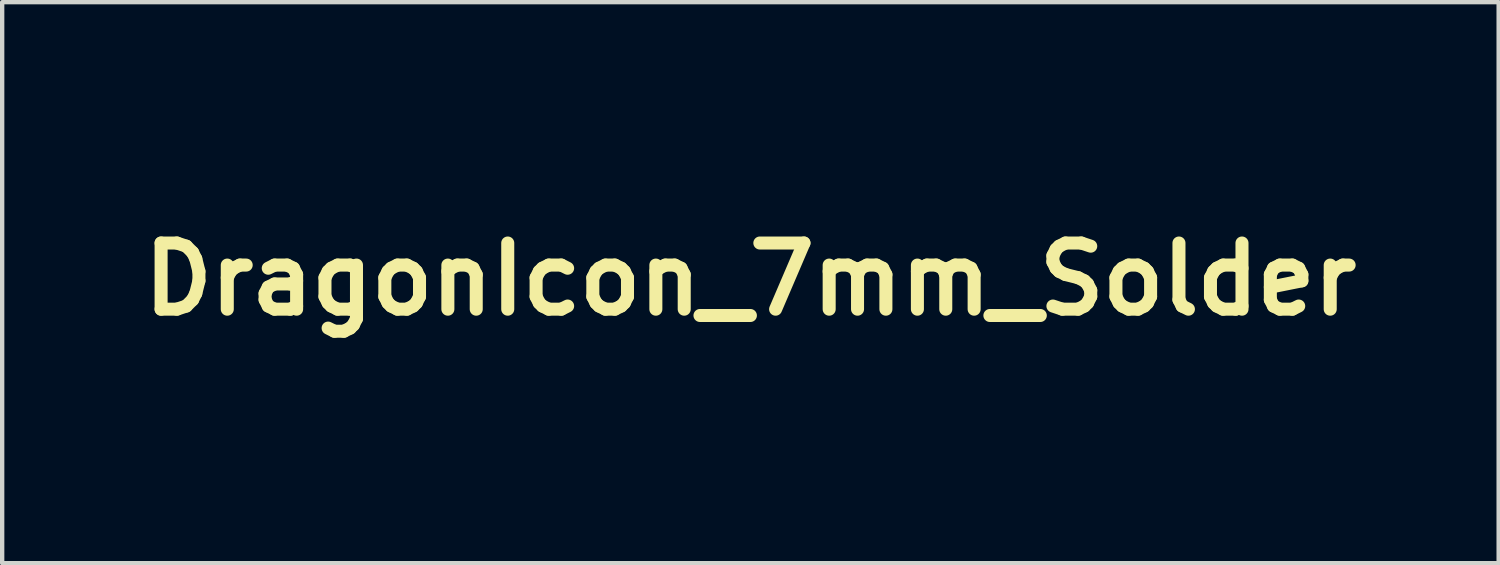
<source format=kicad_pcb>
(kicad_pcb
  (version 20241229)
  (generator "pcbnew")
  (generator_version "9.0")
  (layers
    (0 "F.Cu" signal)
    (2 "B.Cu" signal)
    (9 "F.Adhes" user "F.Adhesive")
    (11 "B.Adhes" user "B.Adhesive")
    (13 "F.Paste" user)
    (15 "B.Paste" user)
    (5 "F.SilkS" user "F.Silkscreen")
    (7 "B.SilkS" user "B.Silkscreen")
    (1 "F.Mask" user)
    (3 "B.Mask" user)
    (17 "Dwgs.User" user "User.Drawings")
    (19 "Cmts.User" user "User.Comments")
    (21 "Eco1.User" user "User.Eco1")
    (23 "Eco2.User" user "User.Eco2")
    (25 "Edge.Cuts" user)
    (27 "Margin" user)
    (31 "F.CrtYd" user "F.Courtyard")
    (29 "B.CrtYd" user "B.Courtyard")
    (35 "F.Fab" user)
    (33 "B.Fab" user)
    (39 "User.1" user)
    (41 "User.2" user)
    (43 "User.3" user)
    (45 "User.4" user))
  (footprint "DragonIcon_7mm_Solder"
    (layer "F.Cu")
    (at 14.231 3.381)
    (property "Reference" "DragonIcon_7mm_Solder" (at 0 0 0) (layer "F.SilkS") (effects (font (size 1.524 1.524) (thickness 0.3))))
    (attr through_hole)
    (fp_poly (pts (xy 1.814 0.117) (xy 1.82 0.147) (xy 1.82 0.155) (xy 1.801 0.213) (xy 1.749 0.259) (xy 1.673 0.294) (xy 1.582 0.313) (xy 1.485 0.315) (xy 1.39 0.298) (xy 1.328 0.274) (xy 1.269 0.232) (xy 1.247 0.194) (xy 1.26 0.167) (xy 1.302 0.156) (xy 1.369 0.168) (xy 1.397 0.178) (xy 1.483 0.205) (xy 1.556 0.207) (xy 1.633 0.183) (xy 1.681 0.159) (xy 1.752 0.123) (xy 1.794 0.109) (xy 1.814 0.117)) (stroke (width 0.01) (type solid)) (fill yes) (layer "F.Mask"))
    (fp_poly (pts (xy -0.662 -1.647) (xy -0.597 -1.6) (xy -0.535 -1.533) (xy -0.482 -1.452) (xy -0.444 -1.365) (xy -0.426 -1.277) (xy -0.427 -1.232) (xy -0.444 -1.19) (xy -0.474 -1.167) (xy -0.504 -1.17) (xy -0.517 -1.189) (xy -0.526 -1.228) (xy -0.537 -1.286) (xy -0.539 -1.297) (xy -0.566 -1.372) (xy -0.617 -1.449) (xy -0.68 -1.513) (xy -0.735 -1.547) (xy -0.781 -1.577) (xy -0.8 -1.615) (xy -0.787 -1.648) (xy -0.781 -1.653) (xy -0.725 -1.667) (xy -0.662 -1.647)) (stroke (width 0.01) (type solid)) (fill yes) (layer "F.Mask"))
    (fp_poly (pts (xy 0.184 -3.375) (xy 0.372 -3.367) (xy 0.541 -3.352) (xy 0.682 -3.33) (xy 0.72 -3.321) (xy 0.784 -3.303) (xy 0.87 -3.278) (xy 0.966 -3.248) (xy 1.066 -3.216) (xy 1.158 -3.186) (xy 1.235 -3.16) (xy 1.286 -3.141) (xy 1.302 -3.133) (xy 1.333 -3.118) (xy 1.389 -3.095) (xy 1.429 -3.08) (xy 1.53 -3.038) (xy 1.648 -2.978) (xy 1.777 -2.907) (xy 1.909 -2.827) (xy 2.038 -2.744) (xy 2.158 -2.661) (xy 2.262 -2.583) (xy 2.344 -2.514) (xy 2.398 -2.457) (xy 2.41 -2.439) (xy 2.434 -2.402) (xy 2.477 -2.34) (xy 2.535 -2.262) (xy 2.6 -2.175) (xy 2.603 -2.172) (xy 2.746 -1.977) (xy 2.869 -1.79) (xy 2.986 -1.589) (xy 2.998 -1.566) (xy 3.044 -1.475) (xy 3.095 -1.357) (xy 3.147 -1.228) (xy 3.195 -1.098) (xy 3.235 -0.98) (xy 3.26 -0.889) (xy 3.286 -0.777) (xy 3.305 -0.7) (xy 3.319 -0.652) (xy 3.331 -0.626) (xy 3.344 -0.617) (xy 3.36 -0.619) (xy 3.372 -0.622) (xy 3.498 -0.653) (xy 3.589 -0.669) (xy 3.65 -0.671) (xy 3.686 -0.658) (xy 3.702 -0.629) (xy 3.704 -0.606) (xy 3.686 -0.557) (xy 3.635 -0.496) (xy 3.558 -0.429) (xy 3.46 -0.36) (xy 3.429 -0.342) (xy 3.334 -0.286) (xy 3.331 0.116) (xy 3.318 0.446) (xy 3.284 0.743) (xy 3.228 1.013) (xy 3.148 1.261) (xy 3.044 1.492) (xy 2.997 1.577) (xy 2.962 1.639) (xy 2.912 1.725) (xy 2.855 1.824) (xy 2.808 1.905) (xy 2.749 2.003) (xy 2.692 2.087) (xy 2.628 2.167) (xy 2.55 2.253) (xy 2.448 2.356) (xy 2.438 2.365) (xy 2.261 2.534) (xy 2.096 2.676) (xy 1.931 2.802) (xy 1.755 2.92) (xy 1.662 2.978) (xy 1.479 3.084) (xy 1.323 3.167) (xy 1.186 3.229) (xy 1.062 3.272) (xy 0.943 3.299) (xy 0.823 3.314) (xy 0.818 3.314) (xy 0.722 3.322) (xy 0.628 3.334) (xy 0.555 3.345) (xy 0.553 3.346) (xy 0.496 3.354) (xy 0.408 3.362) (xy 0.299 3.37) (xy 0.179 3.377) (xy 0.138 3.378) (xy -0.104 3.379) (xy -0.348 3.363) (xy -0.58 3.332) (xy -0.791 3.288) (xy -0.915 3.25) (xy -0.994 3.225) (xy -1.04 3.211) (xy -0.692 3.211) (xy -0.679 3.218) (xy -0.677 3.218) (xy -0.642 3.223) (xy -0.578 3.232) (xy -0.497 3.245) (xy -0.476 3.248) (xy -0.4 3.258) (xy -0.299 3.265) (xy -0.183 3.271) (xy -0.059 3.276) (xy 0.064 3.278) (xy 0.18 3.278) (xy 0.278 3.276) (xy 0.353 3.271) (xy 0.394 3.264) (xy 0.398 3.262) (xy 0.398 3.248) (xy 0.356 3.232) (xy 0.301 3.22) (xy 0.186 3.193) (xy 0.055 3.155) (xy -0.069 3.115) (xy 0.581 3.115) (xy 0.599 3.125) (xy 0.635 3.134) (xy 0.7 3.143) (xy 0.772 3.149) (xy 0.84 3.151) (xy 0.897 3.149) (xy 0.931 3.143) (xy 0.932 3.134) (xy 0.932 3.134) (xy 0.889 3.119) (xy 0.82 3.106) (xy 0.741 3.098) (xy 0.666 3.095) (xy 0.611 3.099) (xy 0.598 3.102) (xy 0.581 3.115) (xy -0.069 3.115) (xy -0.08 3.111) (xy -0.203 3.065) (xy -0.299 3.023) (xy -0.307 3.019) (xy -0.413 2.965) (xy -0.519 3.067) (xy -0.579 3.123) (xy -0.632 3.168) (xy -0.667 3.193) (xy -0.692 3.211) (xy -1.04 3.211) (xy -1.059 3.205) (xy -1.099 3.196) (xy -1.103 3.196) (xy -1.127 3.217) (xy -1.153 3.279) (xy -1.171 3.341) (xy -1.203 3.447) (xy -1.235 3.511) (xy -1.266 3.534) (xy -1.269 3.534) (xy -1.295 3.524) (xy -1.319 3.511) (xy -1.355 3.478) (xy -1.379 3.422) (xy -1.393 3.337) (xy -1.399 3.218) (xy -1.399 3.21) (xy -1.401 3.05) (xy -1.093 3.05) (xy -1.087 3.079) (xy -1.069 3.096) (xy -1.038 3.107) (xy -1.033 3.109) (xy -0.982 3.123) (xy -0.949 3.131) (xy -0.948 3.131) (xy -0.937 3.121) (xy -0.804 3.121) (xy -0.79 3.127) (xy -0.751 3.112) (xy -0.699 3.081) (xy -0.643 3.04) (xy -0.598 3) (xy -0.55 2.949) (xy -0.536 2.932) (xy -0.127 2.932) (xy -0.116 2.942) (xy -0.106 2.932) (xy -0.116 2.921) (xy -0.127 2.932) (xy -0.536 2.932) (xy -0.517 2.908) (xy -0.508 2.89) (xy -0.525 2.866) (xy -0.567 2.836) (xy -0.584 2.826) (xy -0.593 2.822) (xy -0.337 2.822) (xy -0.324 2.851) (xy -0.298 2.857) (xy -0.257 2.867) (xy -0.243 2.879) (xy -0.222 2.899) (xy -0.217 2.9) (xy -0.221 2.887) (xy -0.247 2.855) (xy -0.25 2.851) (xy -0.283 2.807) (xy -0.297 2.771) (xy -0.3 2.753) (xy -0.316 2.771) (xy -0.318 2.773) (xy -0.337 2.822) (xy -0.593 2.822) (xy -0.634 2.802) (xy -0.662 2.8) (xy -0.678 2.816) (xy -0.696 2.859) (xy -0.698 2.874) (xy -0.707 2.907) (xy -0.731 2.963) (xy -0.751 3.006) (xy -0.781 3.065) (xy -0.8 3.108) (xy -0.804 3.121) (xy -0.937 3.121) (xy -0.931 3.114) (xy -0.902 3.07) (xy -0.876 3.022) (xy -0.829 2.925) (xy -0.804 2.858) (xy -0.799 2.815) (xy -0.813 2.791) (xy -0.833 2.782) (xy -0.883 2.759) (xy -0.936 2.727) (xy -0.993 2.687) (xy -1.034 2.82) (xy -1.066 2.928) (xy -1.086 3.002) (xy -1.093 3.05) (xy -1.401 3.05) (xy -1.401 3.037) (xy -1.626 2.916) (xy -1.741 2.852) (xy -1.866 2.775) (xy -1.983 2.698) (xy -2.043 2.657) (xy -2.136 2.587) (xy -2.233 2.51) (xy -2.328 2.431) (xy -2.416 2.355) (xy -2.491 2.288) (xy -2.546 2.234) (xy -2.577 2.198) (xy -2.581 2.189) (xy -2.596 2.162) (xy -2.632 2.12) (xy -2.647 2.105) (xy -2.675 2.077) (xy -2.703 2.044) (xy -2.734 2.001) (xy -2.773 1.943) (xy -2.815 1.874) (xy -2.423 1.874) (xy -2.418 1.978) (xy -2.414 2.069) (xy -2.411 2.138) (xy -2.411 2.173) (xy -2.395 2.212) (xy -2.348 2.268) (xy -2.276 2.339) (xy -2.184 2.418) (xy -2.078 2.503) (xy -1.962 2.589) (xy -1.843 2.671) (xy -1.726 2.745) (xy -1.616 2.808) (xy -1.616 2.808) (xy -1.544 2.847) (xy -1.486 2.88) (xy -1.453 2.9) (xy -1.451 2.902) (xy -1.43 2.917) (xy -1.414 2.911) (xy -1.401 2.878) (xy -1.389 2.814) (xy -1.379 2.736) (xy -1.362 2.623) (xy -1.339 2.501) (xy -1.317 2.393) (xy -1.315 2.385) (xy -1.298 2.311) (xy -1.288 2.25) (xy -1.286 2.189) (xy -1.29 2.117) (xy -1.3 2.021) (xy -1.306 1.973) (xy -1.319 1.839) (xy -1.327 1.691) (xy -1.33 1.55) (xy -1.329 1.496) (xy -1.228 1.496) (xy -1.227 1.607) (xy -1.223 1.722) (xy -1.218 1.832) (xy -1.21 1.928) (xy -1.204 1.978) (xy -1.18 2.138) (xy -1.108 2.138) (xy -1.007 2.154) (xy -0.907 2.196) (xy -0.845 2.241) (xy -0.816 2.273) (xy -0.814 2.302) (xy -0.833 2.343) (xy -0.865 2.405) (xy -0.895 2.475) (xy -0.896 2.478) (xy -0.912 2.52) (xy -0.914 2.548) (xy -0.897 2.572) (xy -0.854 2.603) (xy -0.813 2.629) (xy -0.8 2.625) (xy -0.796 2.587) (xy -0.798 2.512) (xy -0.799 2.499) (xy -0.803 2.414) (xy -0.798 2.356) (xy -0.781 2.309) (xy -0.764 2.279) (xy -0.715 2.216) (xy -0.667 2.187) (xy -0.633 2.192) (xy -0.617 2.218) (xy -0.615 2.256) (xy -0.626 2.283) (xy -0.634 2.286) (xy -0.657 2.303) (xy -0.685 2.345) (xy -0.689 2.352) (xy -0.707 2.395) (xy -0.713 2.438) (xy -0.707 2.498) (xy -0.697 2.552) (xy -0.68 2.626) (xy -0.662 2.669) (xy -0.639 2.691) (xy -0.617 2.699) (xy -0.561 2.721) (xy -0.505 2.754) (xy -0.446 2.796) (xy -0.422 2.747) (xy -0.183 2.747) (xy -0.165 2.787) (xy -0.158 2.795) (xy -0.118 2.823) (xy -0.057 2.835) (xy -0.013 2.836) (xy 0.095 2.835) (xy 0.026 2.772) (xy -0.029 2.734) (xy -0.086 2.713) (xy -0.136 2.709) (xy -0.171 2.721) (xy -0.183 2.747) (xy -0.422 2.747) (xy -0.416 2.737) (xy -0.382 2.646) (xy -0.358 2.535) (xy -0.348 2.426) (xy -0.351 2.356) (xy -0.357 2.299) (xy -0.352 2.272) (xy -0.33 2.265) (xy -0.322 2.265) (xy -0.278 2.284) (xy -0.251 2.337) (xy -0.242 2.42) (xy -0.25 2.527) (xy -0.268 2.618) (xy -0.272 2.645) (xy -0.262 2.654) (xy -0.227 2.645) (xy -0.189 2.632) (xy -0.092 2.613) (xy -0.006 2.627) (xy 0.08 2.679) (xy 0.108 2.703) (xy 0.166 2.765) (xy 0.189 2.82) (xy 0.191 2.838) (xy 0.186 2.88) (xy 0.167 2.908) (xy 0.124 2.925) (xy 0.05 2.937) (xy 0.023 2.941) (xy -0.095 2.954) (xy 0.053 3) (xy 0.175 3.037) (xy 0.266 3.061) (xy 0.333 3.073) (xy 0.386 3.074) (xy 0.433 3.064) (xy 0.482 3.044) (xy 0.502 3.034) (xy 0.56 3.007) (xy 0.607 2.993) (xy 0.657 2.99) (xy 0.725 2.996) (xy 0.78 3.003) (xy 0.894 3.022) (xy 0.982 3.044) (xy 1.038 3.068) (xy 1.058 3.092) (xy 1.076 3.1) (xy 1.125 3.088) (xy 1.2 3.059) (xy 1.295 3.015) (xy 1.414 2.956) (xy 1.372 2.899) (xy 1.34 2.829) (xy 1.342 2.809) (xy 1.442 2.809) (xy 1.447 2.828) (xy 1.467 2.845) (xy 1.495 2.86) (xy 1.526 2.857) (xy 1.576 2.835) (xy 1.599 2.822) (xy 1.653 2.79) (xy 1.687 2.767) (xy 1.693 2.76) (xy 1.675 2.751) (xy 1.63 2.75) (xy 1.572 2.755) (xy 1.516 2.766) (xy 1.475 2.78) (xy 1.47 2.783) (xy 1.442 2.809) (xy 1.342 2.809) (xy 1.349 2.763) (xy 1.4 2.704) (xy 1.404 2.701) (xy 1.439 2.679) (xy 1.482 2.666) (xy 1.541 2.659) (xy 1.629 2.657) (xy 1.664 2.656) (xy 1.863 2.656) (xy 1.979 2.561) (xy 2.095 2.466) (xy 1.963 2.461) (xy 1.894 2.458) (xy 1.797 2.452) (xy 1.683 2.444) (xy 1.56 2.435) (xy 1.439 2.426) (xy 1.33 2.417) (xy 1.243 2.409) (xy 1.187 2.403) (xy 1.185 2.402) (xy 1.065 2.385) (xy 0.962 2.368) (xy 0.857 2.346) (xy 0.732 2.318) (xy 0.722 2.315) (xy 0.609 2.285) (xy 0.492 2.248) (xy 0.39 2.21) (xy 0.351 2.193) (xy 0.267 2.157) (xy 0.212 2.14) (xy 0.177 2.14) (xy 0.164 2.146) (xy 0.13 2.158) (xy 0.105 2.14) (xy 0.087 2.088) (xy 0.075 2.01) (xy 0.267 2.01) (xy 0.274 2.032) (xy 0.305 2.055) (xy 0.366 2.088) (xy 0.378 2.094) (xy 0.523 2.154) (xy 0.705 2.208) (xy 0.918 2.256) (xy 1.159 2.295) (xy 1.421 2.324) (xy 1.46 2.328) (xy 1.602 2.339) (xy 1.708 2.348) (xy 1.784 2.354) (xy 1.837 2.357) (xy 1.873 2.359) (xy 1.899 2.359) (xy 1.916 2.358) (xy 1.958 2.356) (xy 2.027 2.354) (xy 2.098 2.352) (xy 2.238 2.349) (xy 2.356 2.228) (xy 2.449 2.128) (xy 2.527 2.035) (xy 2.598 1.937) (xy 2.67 1.823) (xy 2.751 1.682) (xy 2.756 1.672) (xy 2.831 1.535) (xy 2.885 1.432) (xy 2.92 1.36) (xy 2.937 1.316) (xy 2.937 1.3) (xy 2.917 1.308) (xy 2.87 1.332) (xy 2.802 1.369) (xy 2.757 1.395) (xy 2.653 1.452) (xy 2.531 1.511) (xy 2.414 1.563) (xy 2.386 1.575) (xy 2.298 1.608) (xy 2.226 1.631) (xy 2.158 1.645) (xy 2.08 1.654) (xy 1.978 1.66) (xy 1.925 1.661) (xy 1.808 1.663) (xy 1.691 1.661) (xy 1.588 1.655) (xy 1.524 1.648) (xy 1.319 1.603) (xy 1.095 1.532) (xy 0.862 1.439) (xy 0.683 1.354) (xy 0.575 1.3) (xy 0.5 1.263) (xy 0.451 1.242) (xy 0.425 1.235) (xy 0.415 1.241) (xy 0.416 1.258) (xy 0.418 1.267) (xy 0.432 1.349) (xy 0.435 1.45) (xy 0.43 1.56) (xy 0.417 1.671) (xy 0.397 1.772) (xy 0.372 1.855) (xy 0.343 1.908) (xy 0.33 1.921) (xy 0.299 1.951) (xy 0.278 1.984) (xy 0.267 2.01) (xy 0.075 2.01) (xy 0.073 1.999) (xy 0.073 1.995) (xy 0.066 1.921) (xy 0.068 1.881) (xy 0.079 1.865) (xy 0.09 1.863) (xy 0.125 1.879) (xy 0.154 1.91) (xy 0.175 1.938) (xy 0.187 1.937) (xy 0.196 1.902) (xy 0.202 1.874) (xy 0.207 1.782) (xy 0.194 1.699) (xy 0.176 1.628) (xy 0.172 1.588) (xy 0.183 1.57) (xy 0.209 1.566) (xy 0.212 1.566) (xy 0.246 1.569) (xy 0.254 1.572) (xy 0.261 1.593) (xy 0.277 1.64) (xy 0.284 1.66) (xy 0.313 1.743) (xy 0.328 1.65) (xy 0.334 1.582) (xy 0.323 1.551) (xy 0.32 1.55) (xy 0.297 1.525) (xy 0.296 1.517) (xy 0.283 1.487) (xy 0.253 1.438) (xy 0.232 1.409) (xy 0.187 1.342) (xy 0.171 1.297) (xy 0.185 1.27) (xy 0.2 1.263) (xy 0.234 1.27) (xy 0.278 1.307) (xy 0.285 1.315) (xy 0.321 1.353) (xy 0.335 1.355) (xy 0.329 1.322) (xy 0.301 1.253) (xy 0.253 1.152) (xy 0.209 1.047) (xy 0.161 0.91) (xy 0.15 0.875) (xy 0.29 0.875) (xy 0.296 0.888) (xy 0.35 0.956) (xy 0.439 1.031) (xy 0.557 1.11) (xy 0.697 1.19) (xy 0.853 1.268) (xy 1.019 1.341) (xy 1.188 1.405) (xy 1.355 1.457) (xy 1.513 1.495) (xy 1.535 1.499) (xy 1.634 1.509) (xy 1.763 1.511) (xy 1.91 1.504) (xy 2.063 1.489) (xy 2.124 1.481) (xy 2.282 1.443) (xy 2.463 1.373) (xy 2.665 1.273) (xy 2.885 1.143) (xy 3.027 1.05) (xy 3.081 1.013) (xy 3.119 0.987) (xy 3.131 0.98) (xy 3.141 0.955) (xy 3.155 0.897) (xy 3.17 0.813) (xy 3.187 0.712) (xy 3.203 0.602) (xy 3.216 0.491) (xy 3.219 0.466) (xy 3.226 0.38) (xy 3.232 0.277) (xy 3.237 0.166) (xy 3.239 0.054) (xy 3.24 -0.049) (xy 3.24 -0.136) (xy 3.237 -0.197) (xy 3.231 -0.226) (xy 3.231 -0.226) (xy 3.202 -0.228) (xy 3.155 -0.208) (xy 3.099 -0.172) (xy 3.048 -0.127) (xy 3.03 -0.107) (xy 2.993 -0.058) (xy 2.98 -0.032) (xy 2.991 -0.02) (xy 3.006 -0.015) (xy 3.04 0.002) (xy 3.042 0.03) (xy 3.011 0.071) (xy 2.944 0.127) (xy 2.886 0.17) (xy 2.81 0.225) (xy 2.744 0.276) (xy 2.698 0.314) (xy 2.687 0.325) (xy 2.631 0.368) (xy 2.55 0.413) (xy 2.46 0.452) (xy 2.376 0.479) (xy 2.323 0.487) (xy 2.269 0.491) (xy 2.247 0.508) (xy 2.244 0.527) (xy 2.229 0.568) (xy 2.188 0.578) (xy 2.124 0.557) (xy 2.112 0.551) (xy 2.078 0.535) (xy 2.041 0.525) (xy 1.991 0.519) (xy 1.921 0.518) (xy 1.822 0.519) (xy 1.723 0.522) (xy 1.586 0.525) (xy 1.483 0.525) (xy 1.407 0.52) (xy 1.351 0.511) (xy 1.323 0.502) (xy 1.269 0.485) (xy 1.231 0.485) (xy 1.189 0.505) (xy 1.154 0.529) (xy 1.038 0.601) (xy 0.91 0.67) (xy 0.777 0.733) (xy 0.646 0.787) (xy 0.526 0.829) (xy 0.425 0.856) (xy 0.35 0.864) (xy 0.337 0.863) (xy 0.297 0.861) (xy 0.29 0.875) (xy 0.15 0.875) (xy 0.112 0.752) (xy 0.067 0.585) (xy 0.028 0.42) (xy -0.001 0.27) (xy -0.02 0.183) (xy -0.043 0.126) (xy -0.074 0.088) (xy -0.079 0.084) (xy -0.122 0.055) (xy -0.153 0.042) (xy -0.153 0.042) (xy -0.164 0.062) (xy -0.168 0.114) (xy -0.167 0.19) (xy -0.161 0.282) (xy -0.151 0.38) (xy -0.137 0.476) (xy -0.121 0.561) (xy -0.106 0.614) (xy -0.058 0.813) (xy -0.049 0.996) (xy -0.07 1.132) (xy -0.087 1.209) (xy -0.097 1.276) (xy -0.099 1.31) (xy -0.105 1.355) (xy -0.133 1.367) (xy -0.185 1.345) (xy -0.213 1.328) (xy -0.262 1.284) (xy -0.285 1.242) (xy -0.279 1.21) (xy -0.243 1.198) (xy -0.238 1.198) (xy -0.196 1.18) (xy -0.168 1.128) (xy -0.152 1.046) (xy -0.151 0.94) (xy -0.163 0.816) (xy -0.19 0.679) (xy -0.199 0.646) (xy -0.225 0.533) (xy -0.247 0.41) (xy -0.261 0.298) (xy -0.263 0.281) (xy -0.27 0.196) (xy -0.279 0.126) (xy -0.286 0.082) (xy -0.288 0.076) (xy -0.324 0.03) (xy -0.352 0.011) (xy 0 0.011) (xy 0.011 0.021) (xy 0.021 0.011) (xy 0.011 0) (xy 0 0.011) (xy -0.352 0.011) (xy -0.392 -0.016) (xy -0.479 -0.058) (xy -0.574 -0.091) (xy -0.667 -0.11) (xy -0.746 -0.112) (xy -0.756 -0.11) (xy -0.805 -0.08) (xy -0.847 -0.01) (xy -0.881 0.097) (xy -0.908 0.239) (xy -0.923 0.373) (xy -0.929 0.498) (xy -0.926 0.603) (xy -0.915 0.682) (xy -0.895 0.729) (xy -0.876 0.741) (xy -0.843 0.757) (xy -0.83 0.793) (xy -0.846 0.827) (xy -0.849 0.829) (xy -0.867 0.849) (xy -0.851 0.861) (xy -0.786 0.909) (xy -0.741 0.987) (xy -0.718 1.087) (xy -0.718 1.201) (xy -0.733 1.282) (xy -0.772 1.392) (xy -0.825 1.468) (xy -0.897 1.518) (xy -0.91 1.524) (xy -0.994 1.541) (xy -1.064 1.519) (xy -1.118 1.461) (xy -1.152 1.37) (xy -0.974 1.37) (xy -0.969 1.422) (xy -0.95 1.436) (xy -0.911 1.415) (xy -0.903 1.409) (xy -0.875 1.37) (xy -0.845 1.306) (xy -0.82 1.231) (xy -0.806 1.161) (xy -0.804 1.137) (xy -0.808 1.109) (xy -0.827 1.112) (xy -0.85 1.126) (xy -0.905 1.182) (xy -0.949 1.262) (xy -0.972 1.346) (xy -0.974 1.37) (xy -1.152 1.37) (xy -1.152 1.37) (xy -1.158 1.337) (xy -1.171 1.274) (xy -1.188 1.25) (xy -1.208 1.266) (xy -1.215 1.282) (xy -1.222 1.324) (xy -1.226 1.398) (xy -1.228 1.496) (xy -1.329 1.496) (xy -1.329 1.492) (xy -1.324 1.381) (xy -1.316 1.3) (xy -1.302 1.237) (xy -1.299 1.228) (xy -1.079 1.228) (xy -1.072 1.245) (xy -1.065 1.242) (xy -1.063 1.217) (xy -1.065 1.214) (xy -1.078 1.216) (xy -1.079 1.228) (xy -1.299 1.228) (xy -1.287 1.196) (xy -1.185 1.196) (xy -1.175 1.206) (xy -1.164 1.196) (xy -1.175 1.185) (xy -1.185 1.196) (xy -1.287 1.196) (xy -1.281 1.179) (xy -1.279 1.173) (xy -1.058 1.173) (xy -1.048 1.174) (xy -1.025 1.145) (xy -1.019 1.137) (xy -0.976 1.085) (xy -0.919 1.033) (xy -0.91 1.026) (xy -0.87 0.992) (xy -0.865 0.975) (xy -0.873 0.974) (xy -0.904 0.989) (xy -0.948 1.027) (xy -0.996 1.077) (xy -1.036 1.128) (xy -1.057 1.166) (xy -1.058 1.173) (xy -1.279 1.173) (xy -1.264 1.142) (xy -1.215 1.057) (xy -1.153 0.97) (xy -1.118 0.93) (xy -1.03 0.836) (xy -1.026 0.55) (xy -1.019 0.364) (xy -1.002 0.197) (xy -0.977 0.053) (xy -0.944 -0.06) (xy -0.907 -0.135) (xy -0.863 -0.195) (xy -0.955 -0.179) (xy -1.065 -0.148) (xy -1.195 -0.089) (xy -1.339 -0.008) (xy -1.491 0.09) (xy -1.643 0.201) (xy -1.79 0.32) (xy -1.923 0.443) (xy -2.036 0.563) (xy -2.068 0.603) (xy -2.21 0.816) (xy -2.316 1.048) (xy -2.387 1.302) (xy -2.422 1.577) (xy -2.423 1.874) (xy -2.815 1.874) (xy -2.821 1.864) (xy -2.884 1.76) (xy -2.964 1.624) (xy -2.967 1.619) (xy -3.047 1.479) (xy -3.111 1.361) (xy -3.162 1.253) (xy -3.203 1.147) (xy -3.238 1.033) (xy -3.27 0.902) (xy -3.303 0.742) (xy -3.32 0.656) (xy -3.349 0.501) (xy -3.371 0.377) (xy -3.387 0.275) (xy -3.397 0.184) (xy -3.403 0.095) (xy -3.406 -0.003) (xy -3.407 -0.109) (xy -3.405 -0.26) (xy -3.401 -0.32) (xy -3.253 -0.32) (xy -3.251 -0.179) (xy -3.242 -0.015) (xy -3.228 0.161) (xy -3.209 0.339) (xy -3.185 0.511) (xy -3.164 0.635) (xy -3.127 0.82) (xy -3.09 0.974) (xy -3.047 1.109) (xy -2.994 1.237) (xy -2.928 1.368) (xy -2.843 1.514) (xy -2.803 1.581) (xy -2.728 1.702) (xy -2.674 1.788) (xy -2.636 1.841) (xy -2.611 1.861) (xy -2.597 1.848) (xy -2.589 1.804) (xy -2.584 1.729) (xy -2.579 1.631) (xy -2.571 1.509) (xy -2.559 1.385) (xy -2.545 1.274) (xy -2.532 1.2) (xy -2.477 1.014) (xy -2.389 0.819) (xy -2.271 0.623) (xy -2.188 0.508) (xy -2.079 0.384) (xy -1.94 0.25) (xy -1.782 0.116) (xy -1.613 -0.013) (xy -1.444 -0.127) (xy -1.304 -0.208) (xy -1.222 -0.252) (xy -1.283 -0.267) (xy -1.452 -0.329) (xy -1.61 -0.432) (xy -1.691 -0.506) (xy -1.75 -0.568) (xy -1.795 -0.62) (xy -1.818 -0.656) (xy -1.82 -0.663) (xy -1.83 -0.695) (xy -1.855 -0.751) (xy -1.886 -0.813) (xy -1.921 -0.881) (xy -1.936 -0.924) (xy -1.934 -0.95) (xy -1.923 -0.964) (xy -1.899 -0.979) (xy -1.866 -0.977) (xy -1.81 -0.955) (xy -1.802 -0.952) (xy -1.741 -0.927) (xy -1.693 -0.912) (xy -1.68 -0.91) (xy -1.656 -0.893) (xy -1.651 -0.869) (xy -1.663 -0.838) (xy -1.706 -0.823) (xy -1.718 -0.822) (xy -1.786 -0.815) (xy -1.708 -0.756) (xy -1.637 -0.714) (xy -1.558 -0.685) (xy -1.54 -0.681) (xy -1.481 -0.666) (xy -1.454 -0.645) (xy -1.45 -0.624) (xy -1.456 -0.598) (xy -1.482 -0.586) (xy -1.538 -0.584) (xy -1.544 -0.584) (xy -1.637 -0.586) (xy -1.577 -0.538) (xy -1.542 -0.513) (xy -1.505 -0.5) (xy -1.455 -0.496) (xy -1.378 -0.499) (xy -1.351 -0.501) (xy -1.268 -0.506) (xy -1.219 -0.505) (xy -1.194 -0.498) (xy -1.186 -0.482) (xy -1.185 -0.469) (xy -1.197 -0.436) (xy -1.237 -0.416) (xy -1.262 -0.411) (xy -1.308 -0.398) (xy -1.316 -0.384) (xy -1.29 -0.372) (xy -1.234 -0.364) (xy -1.15 -0.36) (xy -1.147 -0.36) (xy -1.056 -0.356) (xy -0.963 -0.345) (xy -0.914 -0.336) (xy -0.792 -0.306) (xy -0.654 -0.268) (xy -0.512 -0.227) (xy -0.38 -0.186) (xy -0.269 -0.15) (xy -0.227 -0.134) (xy -0.148 -0.106) (xy -0.094 -0.094) (xy -0.055 -0.095) (xy -0.02 -0.106) (xy 0.023 -0.132) (xy 0.042 -0.158) (xy 0.042 -0.159) (xy 0.024 -0.182) (xy -0.027 -0.214) (xy -0.102 -0.253) (xy -0.192 -0.295) (xy -0.29 -0.336) (xy -0.388 -0.371) (xy -0.477 -0.398) (xy -0.488 -0.401) (xy -0.635 -0.444) (xy -0.754 -0.496) (xy -0.856 -0.562) (xy -0.929 -0.624) (xy -0.987 -0.673) (xy -1.039 -0.71) (xy -1.069 -0.723) (xy -1.109 -0.744) (xy -1.115 -0.779) (xy -1.088 -0.817) (xy -1.061 -0.835) (xy -0.995 -0.86) (xy -0.94 -0.865) (xy -0.903 -0.853) (xy -0.894 -0.825) (xy -0.911 -0.793) (xy -0.917 -0.757) (xy -0.888 -0.712) (xy -0.831 -0.663) (xy -0.751 -0.612) (xy -0.655 -0.564) (xy -0.548 -0.521) (xy -0.436 -0.488) (xy -0.381 -0.476) (xy -0.33 -0.461) (xy -0.253 -0.432) (xy -0.164 -0.393) (xy -0.113 -0.369) (xy 0.081 -0.276) (xy 0.181 -0.313) (xy 0.247 -0.347) (xy 0.318 -0.401) (xy 0.387 -0.465) (xy 0.443 -0.531) (xy 0.479 -0.588) (xy 0.487 -0.619) (xy 0.468 -0.68) (xy 0.415 -0.753) (xy 0.331 -0.836) (xy 0.221 -0.923) (xy 0.089 -1.011) (xy -0.026 -1.078) (xy -0.108 -1.121) (xy -0.159 -1.143) (xy -0.184 -1.146) (xy -0.191 -1.134) (xy -0.208 -1.106) (xy -0.233 -1.101) (xy -0.267 -1.105) (xy -0.275 -1.112) (xy -0.281 -1.157) (xy -0.295 -1.229) (xy -0.316 -1.314) (xy -0.338 -1.399) (xy -0.359 -1.47) (xy -0.375 -1.513) (xy -0.439 -1.613) (xy -0.525 -1.705) (xy -0.637 -1.792) (xy -0.78 -1.878) (xy -0.959 -1.967) (xy -1.004 -1.987) (xy -1.236 -2.091) (xy -1.295 -2.009) (xy -1.348 -1.952) (xy -1.417 -1.899) (xy -1.487 -1.859) (xy -1.546 -1.842) (xy -1.55 -1.841) (xy -1.577 -1.859) (xy -1.609 -1.901) (xy -1.617 -1.914) (xy -1.656 -1.975) (xy -1.697 -2.025) (xy -1.701 -2.029) (xy -1.734 -2.055) (xy -1.765 -2.059) (xy -1.812 -2.042) (xy -1.82 -2.039) (xy -1.894 -2.006) (xy -1.82 -1.976) (xy -1.702 -1.92) (xy -1.622 -1.859) (xy -1.576 -1.79) (xy -1.559 -1.712) (xy -1.562 -1.662) (xy -1.579 -1.643) (xy -1.597 -1.64) (xy -1.633 -1.658) (xy -1.655 -1.708) (xy -1.697 -1.786) (xy -1.774 -1.847) (xy -1.877 -1.887) (xy -2.004 -1.94) (xy -2.121 -2.032) (xy -2.215 -2.149) (xy -2.255 -2.206) (xy -2.287 -2.245) (xy -2.302 -2.256) (xy -2.311 -2.223) (xy -2.311 -2.161) (xy -2.303 -2.082) (xy -2.288 -2) (xy -2.267 -1.926) (xy -2.264 -1.918) (xy -2.225 -1.84) (xy -2.168 -1.755) (xy -2.099 -1.67) (xy -2.025 -1.592) (xy -1.954 -1.53) (xy -1.892 -1.491) (xy -1.857 -1.482) (xy -1.807 -1.47) (xy -1.785 -1.448) (xy -1.784 -1.407) (xy -1.818 -1.386) (xy -1.883 -1.386) (xy -1.897 -1.388) (xy -1.946 -1.404) (xy -1.999 -1.436) (xy -2.064 -1.49) (xy -2.13 -1.554) (xy -2.281 -1.705) (xy -2.382 -1.637) (xy -2.512 -1.541) (xy -2.642 -1.427) (xy -2.78 -1.287) (xy -2.863 -1.196) (xy -2.98 -1.061) (xy -3.069 -0.946) (xy -3.135 -0.844) (xy -3.183 -0.746) (xy -3.215 -0.643) (xy -3.237 -0.528) (xy -3.248 -0.43) (xy -3.253 -0.32) (xy -3.401 -0.32) (xy -3.396 -0.413) (xy -3.381 -0.558) (xy -3.361 -0.687) (xy -3.338 -0.792) (xy -3.313 -0.864) (xy -3.311 -0.868) (xy -3.28 -0.93) (xy -3.24 -1.018) (xy -3.196 -1.119) (xy -3.153 -1.221) (xy -3.13 -1.279) (xy -3.02 -1.279) (xy -3.017 -1.271) (xy -2.995 -1.287) (xy -2.952 -1.328) (xy -2.884 -1.398) (xy -2.863 -1.42) (xy -2.773 -1.51) (xy -2.674 -1.601) (xy -2.578 -1.682) (xy -2.516 -1.73) (xy -2.44 -1.785) (xy -2.394 -1.823) (xy -2.371 -1.85) (xy -2.366 -1.874) (xy -2.373 -1.901) (xy -2.374 -1.902) (xy -2.388 -1.954) (xy -2.402 -2.029) (xy -2.409 -2.083) (xy -2.424 -2.209) (xy -2.542 -2.061) (xy -2.754 -1.769) (xy -2.94 -1.448) (xy -3.009 -1.307) (xy -3.02 -1.279) (xy -3.13 -1.279) (xy -3.129 -1.281) (xy -3.037 -1.481) (xy -2.92 -1.693) (xy -2.783 -1.904) (xy -2.634 -2.105) (xy -2.48 -2.285) (xy -2.397 -2.367) (xy -2.239 -2.367) (xy -2.165 -2.258) (xy -2.108 -2.175) (xy -2.068 -2.123) (xy -2.036 -2.099) (xy -2.007 -2.099) (xy -1.973 -2.118) (xy -1.947 -2.138) (xy -1.902 -2.167) (xy -1.868 -2.18) (xy -1.845 -2.188) (xy -1.849 -2.214) (xy -1.881 -2.261) (xy -1.942 -2.331) (xy -1.972 -2.362) (xy -2.103 -2.499) (xy -2.171 -2.433) (xy -2.239 -2.367) (xy -2.397 -2.367) (xy -2.337 -2.427) (xy -2.193 -2.555) (xy -2.277 -2.651) (xy -1.778 -2.651) (xy -1.761 -2.631) (xy -1.721 -2.597) (xy -1.688 -2.572) (xy -1.633 -2.531) (xy -1.559 -2.47) (xy -1.476 -2.401) (xy -1.428 -2.358) (xy -1.33 -2.276) (xy -1.239 -2.213) (xy -1.139 -2.158) (xy -1.036 -2.11) (xy -0.933 -2.064) (xy -0.83 -2.016) (xy -0.742 -1.972) (xy -0.699 -1.949) (xy -0.628 -1.91) (xy -0.588 -1.891) (xy -0.575 -1.889) (xy -0.582 -1.904) (xy -0.595 -1.921) (xy -0.633 -1.967) (xy -0.652 -1.99) (xy -0.68 -2.027) (xy -0.716 -2.084) (xy -0.728 -2.106) (xy -0.767 -2.163) (xy -0.804 -2.186) (xy -0.82 -2.186) (xy -0.852 -2.193) (xy -0.886 -2.227) (xy -0.927 -2.293) (xy -0.929 -2.295) (xy -0.994 -2.392) (xy -1.073 -2.464) (xy -1.162 -2.518) (xy -1.213 -2.545) (xy -1.167 -2.481) (xy -1.127 -2.413) (xy -1.118 -2.37) (xy -1.136 -2.353) (xy -1.176 -2.364) (xy -1.234 -2.403) (xy -1.281 -2.446) (xy -1.354 -2.509) (xy -1.437 -2.565) (xy -1.488 -2.592) (xy -1.56 -2.62) (xy -1.635 -2.642) (xy -1.704 -2.656) (xy -1.754 -2.661) (xy -1.777 -2.654) (xy -1.778 -2.651) (xy -2.277 -2.651) (xy -2.303 -2.681) (xy -2.366 -2.758) (xy -2.401 -2.812) (xy -2.409 -2.85) (xy -2.392 -2.879) (xy -2.373 -2.894) (xy -2.33 -2.907) (xy -2.269 -2.9) (xy -2.187 -2.872) (xy -2.077 -2.82) (xy -2.054 -2.809) (xy -1.917 -2.738) (xy -1.876 -2.763) (xy -1.672 -2.763) (xy -1.593 -2.74) (xy -1.534 -2.727) (xy -1.496 -2.734) (xy -1.477 -2.747) (xy -1.457 -2.759) (xy -1.431 -2.76) (xy -1.391 -2.748) (xy -1.329 -2.72) (xy -1.244 -2.678) (xy -1.156 -2.631) (xy -1.077 -2.587) (xy -1.019 -2.552) (xy -0.997 -2.537) (xy -0.956 -2.509) (xy -0.928 -2.498) (xy -0.904 -2.482) (xy -0.861 -2.441) (xy -0.807 -2.383) (xy -0.748 -2.314) (xy -0.7 -2.253) (xy -0.66 -2.209) (xy -0.626 -2.183) (xy -0.618 -2.181) (xy -0.59 -2.163) (xy -0.579 -2.143) (xy -0.564 -2.106) (xy -0.537 -2.044) (xy -0.503 -1.97) (xy -0.503 -1.968) (xy -0.468 -1.892) (xy -0.439 -1.825) (xy -0.421 -1.782) (xy -0.396 -1.733) (xy -0.357 -1.674) (xy -0.348 -1.662) (xy -0.314 -1.606) (xy -0.277 -1.529) (xy -0.244 -1.447) (xy -0.22 -1.374) (xy -0.212 -1.327) (xy -0.194 -1.305) (xy -0.147 -1.271) (xy -0.079 -1.232) (xy -0.054 -1.22) (xy 0.055 -1.16) (xy 0.169 -1.088) (xy 0.28 -1.008) (xy 0.383 -0.926) (xy 0.472 -0.847) (xy 0.541 -0.775) (xy 0.583 -0.716) (xy 0.594 -0.683) (xy 0.603 -0.678) (xy 0.623 -0.706) (xy 0.641 -0.741) (xy 0.658 -0.782) (xy 0.67 -0.824) (xy 0.678 -0.876) (xy 0.682 -0.946) (xy 0.683 -1.042) (xy 0.682 -1.164) (xy 0.677 -1.356) (xy 0.665 -1.513) (xy 0.647 -1.631) (xy 0.645 -1.64) (xy 0.625 -1.73) (xy 0.605 -1.815) (xy 0.593 -1.874) (xy 0.544 -2.034) (xy 0.467 -2.206) (xy 0.367 -2.377) (xy 0.251 -2.536) (xy 0.224 -2.569) (xy 0.126 -2.673) (xy 0.019 -2.768) (xy -0.106 -2.859) (xy -0.254 -2.95) (xy -0.432 -3.047) (xy -0.563 -3.113) (xy -0.711 -3.185) (xy -0.367 -3.185) (xy -0.196 -3.093) (xy -0.055 -3.009) (xy 0.086 -2.911) (xy 0.216 -2.806) (xy 0.326 -2.703) (xy 0.401 -2.616) (xy 0.444 -2.556) (xy 0.475 -2.511) (xy 0.487 -2.489) (xy 0.487 -2.489) (xy 0.497 -2.467) (xy 0.523 -2.419) (xy 0.559 -2.355) (xy 0.56 -2.354) (xy 0.613 -2.257) (xy 0.658 -2.158) (xy 0.697 -2.047) (xy 0.734 -1.917) (xy 0.772 -1.76) (xy 0.802 -1.619) (xy 0.811 -1.557) (xy 0.821 -1.465) (xy 0.83 -1.354) (xy 0.837 -1.239) (xy 0.837 -1.234) (xy 0.851 -0.954) (xy 0.951 -1.038) (xy 1.026 -1.092) (xy 1.118 -1.145) (xy 1.186 -1.177) (xy 1.256 -1.203) (xy 1.318 -1.22) (xy 1.387 -1.228) (xy 1.475 -1.231) (xy 1.544 -1.231) (xy 1.653 -1.228) (xy 1.727 -1.221) (xy 1.774 -1.211) (xy 1.798 -1.196) (xy 1.813 -1.175) (xy 1.808 -1.152) (xy 1.779 -1.119) (xy 1.735 -1.08) (xy 1.678 -1.035) (xy 1.628 -1.004) (xy 1.603 -0.996) (xy 1.574 -1.011) (xy 1.567 -1.047) (xy 1.584 -1.088) (xy 1.592 -1.096) (xy 1.604 -1.118) (xy 1.582 -1.12) (xy 1.527 -1.103) (xy 1.497 -1.091) (xy 1.432 -1.052) (xy 1.373 -1) (xy 1.369 -0.996) (xy 1.316 -0.947) (xy 1.275 -0.934) (xy 1.252 -0.951) (xy 1.253 -0.993) (xy 1.284 -1.054) (xy 1.296 -1.07) (xy 1.325 -1.109) (xy 1.328 -1.121) (xy 1.306 -1.115) (xy 1.301 -1.113) (xy 1.251 -1.094) (xy 1.227 -1.086) (xy 1.203 -1.064) (xy 1.169 -1.013) (xy 1.131 -0.943) (xy 1.124 -0.93) (xy 1.076 -0.843) (xy 1.036 -0.794) (xy 1.004 -0.784) (xy 0.983 -0.811) (xy 0.982 -0.85) (xy 0.995 -0.899) (xy 1.008 -0.939) (xy 1.003 -0.945) (xy 0.981 -0.929) (xy 0.953 -0.898) (xy 0.91 -0.841) (xy 0.863 -0.772) (xy 0.856 -0.762) (xy 0.8 -0.687) (xy 0.717 -0.59) (xy 0.611 -0.478) (xy 0.489 -0.356) (xy 0.356 -0.229) (xy 0.217 -0.104) (xy 0.217 -0.103) (xy 0.155 -0.044) (xy 0.12 0.001) (xy 0.107 0.042) (xy 0.106 0.061) (xy 0.111 0.105) (xy 0.128 0.123) (xy 0.165 0.112) (xy 0.225 0.074) (xy 0.254 0.053) (xy 0.311 0.013) (xy 0.356 -0.014) (xy 0.374 -0.021) (xy 0.396 -0.035) (xy 0.441 -0.073) (xy 0.503 -0.129) (xy 0.576 -0.198) (xy 0.576 -0.199) (xy 0.698 -0.31) (xy 0.803 -0.393) (xy 0.9 -0.451) (xy 0.997 -0.491) (xy 1.055 -0.507) (xy 1.118 -0.527) (xy 1.161 -0.55) (xy 1.172 -0.563) (xy 1.2 -0.589) (xy 1.236 -0.586) (xy 1.256 -0.562) (xy 1.262 -0.514) (xy 1.254 -0.453) (xy 1.237 -0.399) (xy 1.214 -0.367) (xy 1.211 -0.365) (xy 1.174 -0.37) (xy 1.153 -0.389) (xy 1.113 -0.411) (xy 1.049 -0.404) (xy 0.968 -0.372) (xy 0.874 -0.317) (xy 0.774 -0.243) (xy 0.672 -0.153) (xy 0.646 -0.127) (xy 0.564 -0.05) (xy 0.469 0.029) (xy 0.381 0.093) (xy 0.377 0.096) (xy 0.295 0.152) (xy 0.242 0.198) (xy 0.21 0.244) (xy 0.191 0.3) (xy 0.182 0.343) (xy 0.181 0.426) (xy 0.199 0.526) (xy 0.231 0.624) (xy 0.274 0.702) (xy 0.278 0.708) (xy 0.311 0.742) (xy 0.348 0.754) (xy 0.408 0.749) (xy 0.409 0.749) (xy 0.474 0.734) (xy 0.559 0.708) (xy 0.647 0.677) (xy 0.77 0.624) (xy 0.88 0.566) (xy 0.972 0.509) (xy 1.038 0.456) (xy 1.073 0.412) (xy 1.076 0.401) (xy 1.087 0.354) (xy 1.098 0.333) (xy 1.124 0.332) (xy 1.179 0.344) (xy 1.252 0.367) (xy 1.271 0.374) (xy 1.432 0.419) (xy 1.575 0.432) (xy 1.711 0.412) (xy 1.765 0.391) (xy 2.043 0.391) (xy 2.044 0.411) (xy 2.072 0.422) (xy 2.089 0.408) (xy 2.106 0.389) (xy 2.128 0.368) (xy 2.161 0.367) (xy 2.208 0.38) (xy 2.28 0.395) (xy 2.349 0.385) (xy 2.365 0.38) (xy 2.431 0.358) (xy 2.462 0.341) (xy 2.467 0.325) (xy 2.454 0.305) (xy 2.434 0.262) (xy 2.451 0.232) (xy 2.5 0.221) (xy 2.534 0.223) (xy 2.587 0.226) (xy 2.633 0.214) (xy 2.69 0.18) (xy 2.716 0.162) (xy 2.771 0.121) (xy 2.794 0.097) (xy 2.79 0.086) (xy 2.769 0.081) (xy 2.724 0.063) (xy 2.714 0.031) (xy 2.738 -0.004) (xy 2.782 -0.03) (xy 2.838 -0.055) (xy 2.854 -0.068) (xy 2.831 -0.067) (xy 2.771 -0.054) (xy 2.705 -0.037) (xy 2.603 -0.003) (xy 2.515 0.043) (xy 2.42 0.112) (xy 2.414 0.116) (xy 2.327 0.184) (xy 2.23 0.254) (xy 2.144 0.312) (xy 2.143 0.313) (xy 2.075 0.36) (xy 2.043 0.391) (xy 1.765 0.391) (xy 1.849 0.359) (xy 1.859 0.354) (xy 1.985 0.285) (xy 2.12 0.202) (xy 2.248 0.115) (xy 2.356 0.032) (xy 2.369 0.021) (xy 2.413 -0.022) (xy 2.425 -0.052) (xy 2.418 -0.068) (xy 2.389 -0.124) (xy 2.368 -0.204) (xy 2.359 -0.289) (xy 2.365 -0.36) (xy 2.365 -0.361) (xy 2.377 -0.401) (xy 2.396 -0.424) (xy 2.432 -0.437) (xy 2.497 -0.445) (xy 2.515 -0.447) (xy 2.586 -0.455) (xy 2.637 -0.464) (xy 2.658 -0.47) (xy 2.668 -0.497) (xy 2.679 -0.548) (xy 2.681 -0.564) (xy 2.686 -0.595) (xy 2.829 -0.595) (xy 2.829 -0.529) (xy 2.841 -0.496) (xy 2.874 -0.489) (xy 2.937 -0.5) (xy 2.982 -0.517) (xy 3.01 -0.553) (xy 3.019 -0.578) (xy 3.131 -0.578) (xy 3.138 -0.551) (xy 3.17 -0.556) (xy 3.194 -0.57) (xy 3.213 -0.595) (xy 3.21 -0.639) (xy 3.205 -0.658) (xy 3.185 -0.728) (xy 3.15 -0.639) (xy 3.131 -0.578) (xy 3.019 -0.578) (xy 3.026 -0.597) (xy 3.044 -0.658) (xy 3.06 -0.704) (xy 3.062 -0.711) (xy 3.059 -0.73) (xy 3.026 -0.739) (xy 2.981 -0.741) (xy 2.903 -0.735) (xy 2.858 -0.714) (xy 2.836 -0.67) (xy 2.829 -0.595) (xy 2.686 -0.595) (xy 2.694 -0.646) (xy 2.644 -0.6) (xy 2.545 -0.527) (xy 2.448 -0.48) (xy 2.369 -0.466) (xy 2.298 -0.476) (xy 2.247 -0.502) (xy 2.226 -0.538) (xy 2.229 -0.558) (xy 2.248 -0.58) (xy 2.287 -0.585) (xy 2.325 -0.58) (xy 2.414 -0.582) (xy 2.5 -0.618) (xy 2.587 -0.692) (xy 2.592 -0.697) (xy 2.661 -0.748) (xy 2.758 -0.793) (xy 2.869 -0.827) (xy 2.981 -0.845) (xy 3.022 -0.847) (xy 3.08 -0.848) (xy 3.102 -0.854) (xy 3.096 -0.87) (xy 3.081 -0.888) (xy 3.008 -0.94) (xy 2.906 -0.976) (xy 2.785 -0.996) (xy 2.653 -1) (xy 2.522 -0.987) (xy 2.4 -0.959) (xy 2.298 -0.916) (xy 2.243 -0.876) (xy 2.189 -0.838) (xy 2.146 -0.827) (xy 2.12 -0.845) (xy 2.117 -0.864) (xy 2.136 -0.911) (xy 2.188 -0.962) (xy 2.264 -1.011) (xy 2.355 -1.053) (xy 2.452 -1.084) (xy 2.545 -1.1) (xy 2.571 -1.101) (xy 2.638 -1.101) (xy 2.622 -1.244) (xy 2.594 -1.434) (xy 2.552 -1.624) (xy 2.494 -1.825) (xy 2.438 -1.985) (xy 2.613 -1.985) (xy 2.613 -1.961) (xy 2.626 -1.912) (xy 2.635 -1.883) (xy 2.684 -1.725) (xy 2.725 -1.551) (xy 2.755 -1.382) (xy 2.766 -1.277) (xy 2.779 -1.105) (xy 2.866 -1.091) (xy 2.944 -1.073) (xy 3.025 -1.044) (xy 3.037 -1.038) (xy 3.089 -1.014) (xy 3.122 -0.999) (xy 3.126 -0.997) (xy 3.123 -1.013) (xy 3.109 -1.056) (xy 3.102 -1.074) (xy 3.078 -1.14) (xy 3.046 -1.222) (xy 3.027 -1.27) (xy 2.996 -1.34) (xy 2.953 -1.428) (xy 2.901 -1.526) (xy 2.844 -1.629) (xy 2.786 -1.73) (xy 2.731 -1.822) (xy 2.683 -1.899) (xy 2.644 -1.955) (xy 2.619 -1.983) (xy 2.613 -1.985) (xy 2.438 -1.985) (xy 2.416 -2.048) (xy 2.398 -2.095) (xy 2.312 -2.275) (xy 2.202 -2.425) (xy 2.061 -2.553) (xy 2.015 -2.586) (xy 1.889 -2.665) (xy 1.731 -2.751) (xy 1.55 -2.84) (xy 1.355 -2.927) (xy 1.155 -3.01) (xy 0.959 -3.084) (xy 0.776 -3.145) (xy 0.709 -3.165) (xy 0.64 -3.178) (xy 0.538 -3.19) (xy 0.413 -3.2) (xy 0.274 -3.208) (xy 0.131 -3.213) (xy -0.006 -3.215) (xy -0.128 -3.213) (xy -0.225 -3.208) (xy -0.273 -3.202) (xy -0.367 -3.185) (xy -0.711 -3.185) (xy -0.734 -3.197) (xy -0.923 -3.125) (xy -1.136 -3.04) (xy -1.316 -2.963) (xy -1.459 -2.894) (xy -1.564 -2.834) (xy -1.567 -2.832) (xy -1.672 -2.763) (xy -1.876 -2.763) (xy -1.747 -2.843) (xy -1.558 -2.951) (xy -1.352 -3.054) (xy -1.14 -3.148) (xy -0.931 -3.228) (xy -0.735 -3.29) (xy -0.562 -3.331) (xy -0.55 -3.333) (xy -0.39 -3.355) (xy -0.207 -3.369) (xy -0.013 -3.376) (xy 0.184 -3.375)) (stroke (width 0.01) (type solid)) (fill yes) (layer "F.Mask")))
  (gr_rect
    (start -3 -3)
    (end 31.463 9.92)
    (stroke (width 0.1) (type default))
    (fill no)
    (layer "Edge.Cuts")))
</source>
